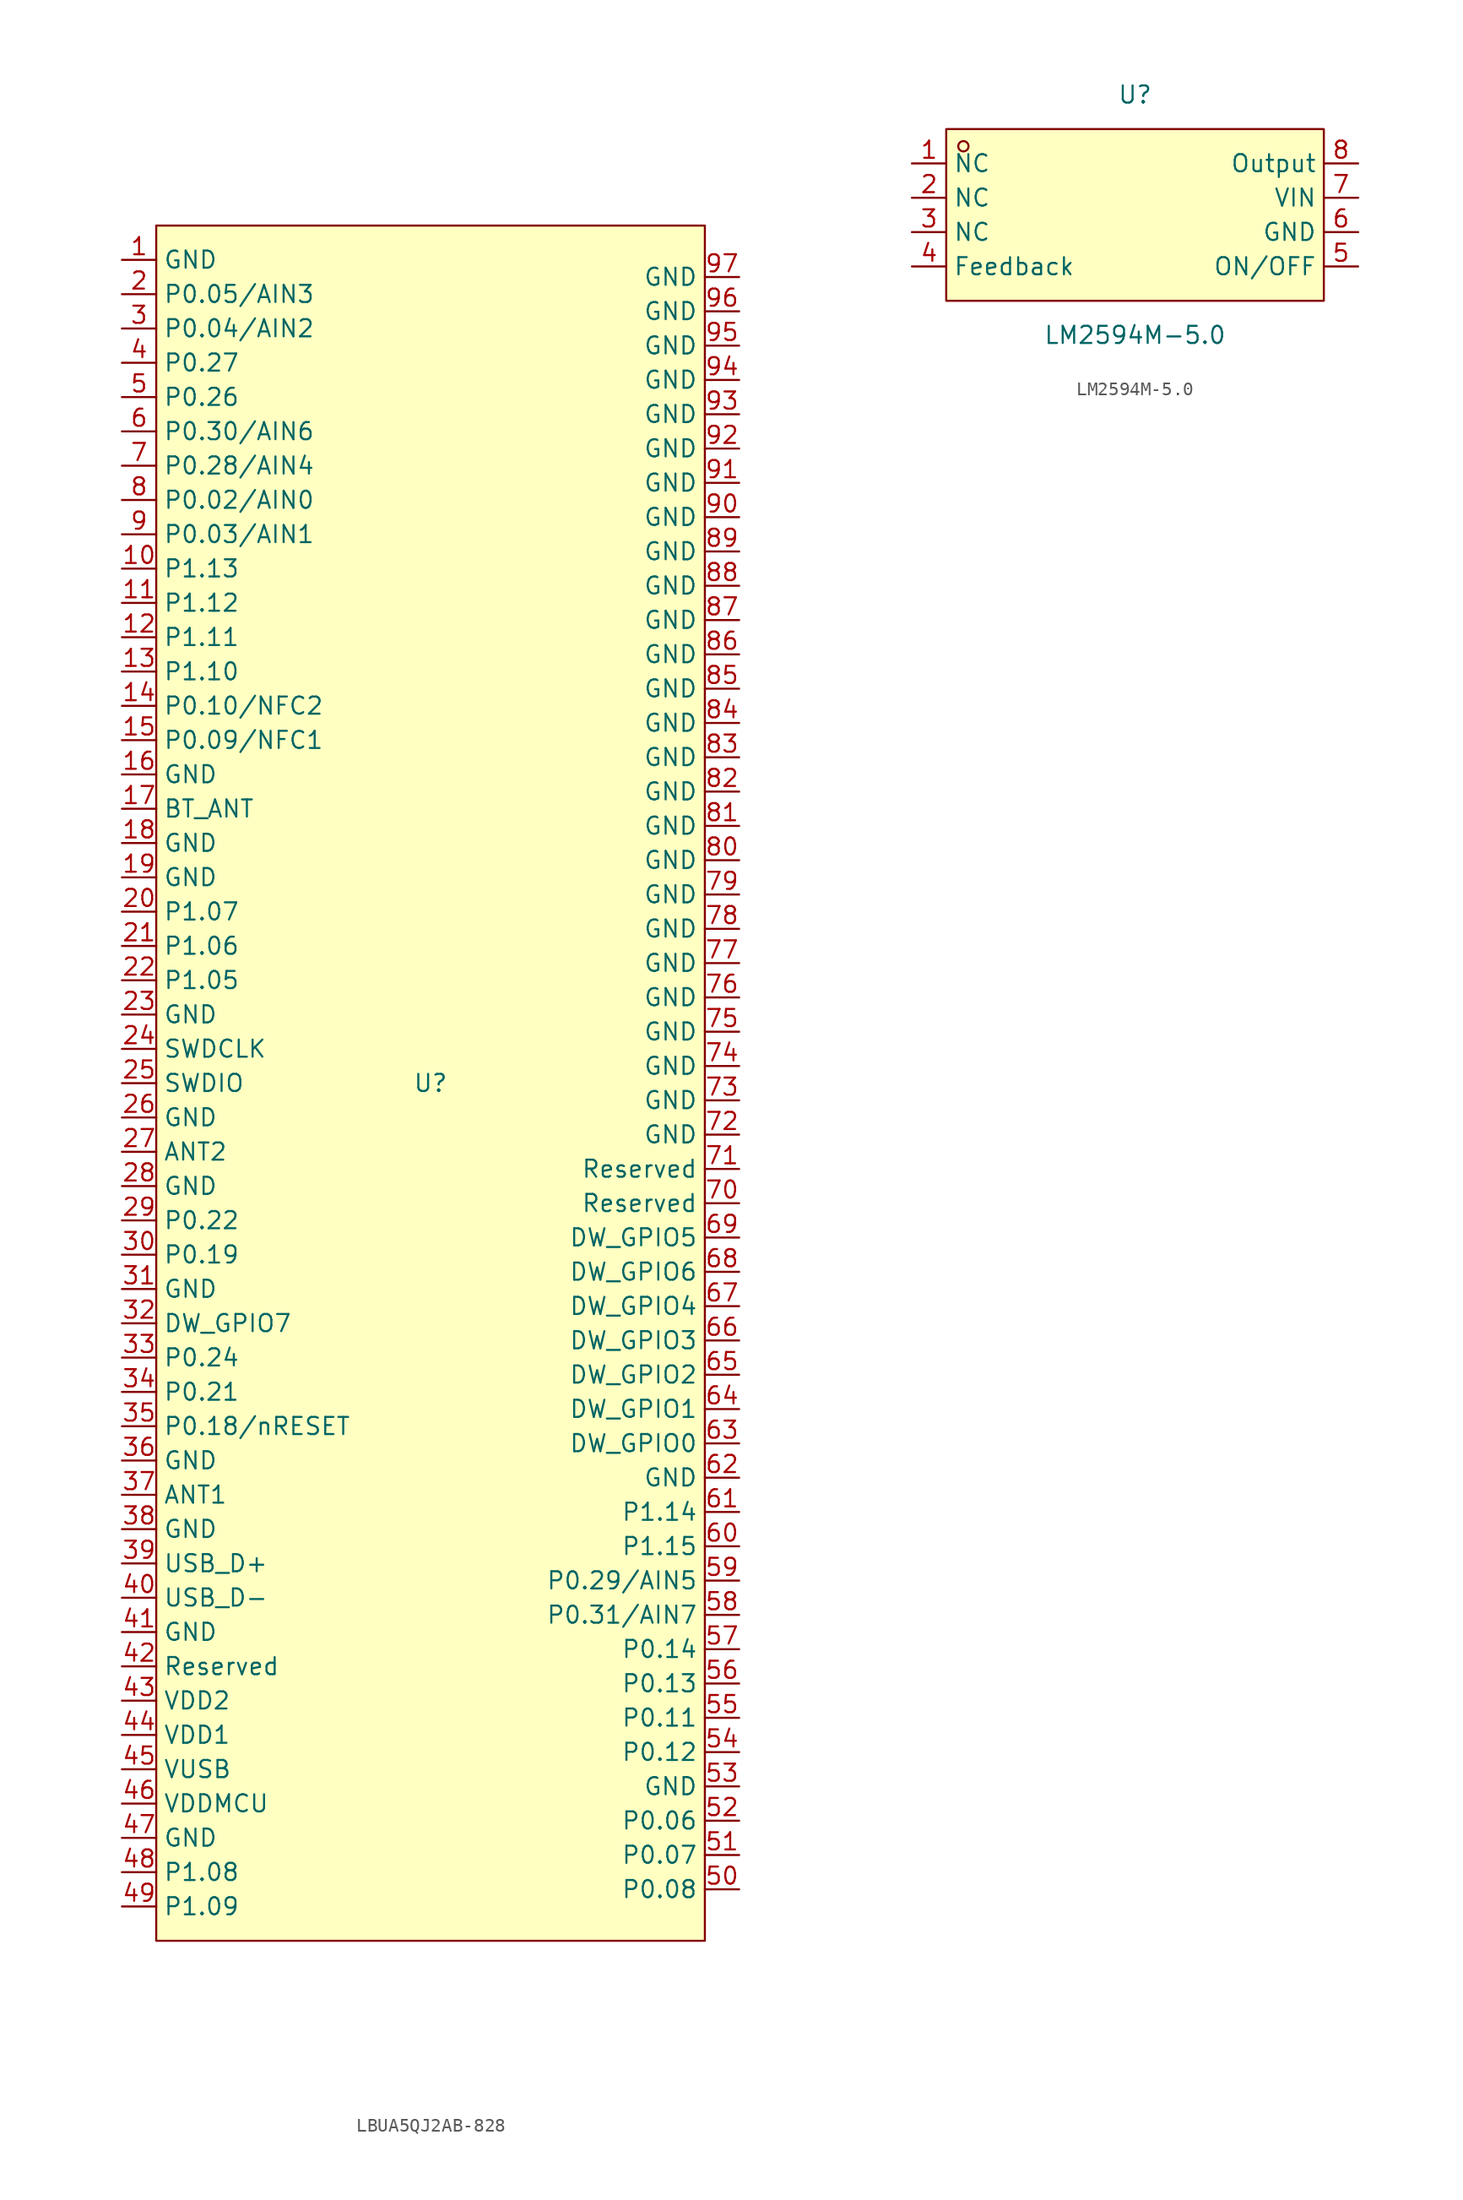
<source format=kicad_sym>
(kicad_symbol_lib
  (version 20241209)
  (generator "kicad_symbol_editor")
  (generator_version "9.0")
  (symbol "LBUA5QJ2AB-828"
    (property "Reference" "U"
      (at 0 0 0)
      (effects (font (size 1.27 1.27))))
    (property "Value" ""
      (at 0 0 0)
      (effects (font (size 1.27 1.27))))
    (symbol "LBUA5QJ2AB-828_0_1"
      (rectangle (start -20.32 63.5) (end 20.32 -63.5) (stroke (width 0) (type default)) (fill (type background))))
    (symbol "LBUA5QJ2AB-828_1_0"
      (pin unspecified line (at -22.86 60.96 0) (length 2.54) (name "GND" (effects (font (size 1.27 1.27)))) (number "1" (effects (font (size 1.27 1.27)))))
      (pin unspecified line (at -22.86 58.42 0) (length 2.54) (name "P0.05/AIN3" (effects (font (size 1.27 1.27)))) (number "2" (effects (font (size 1.27 1.27)))))
      (pin unspecified line (at -22.86 55.88 0) (length 2.54) (name "P0.04/AIN2" (effects (font (size 1.27 1.27)))) (number "3" (effects (font (size 1.27 1.27)))))
      (pin unspecified line (at -22.86 53.34 0) (length 2.54) (name "P0.27" (effects (font (size 1.27 1.27)))) (number "4" (effects (font (size 1.27 1.27)))))
      (pin unspecified line (at -22.86 50.8 0) (length 2.54) (name "P0.26" (effects (font (size 1.27 1.27)))) (number "5" (effects (font (size 1.27 1.27)))))
      (pin unspecified line (at -22.86 48.26 0) (length 2.54) (name "P0.30/AIN6" (effects (font (size 1.27 1.27)))) (number "6" (effects (font (size 1.27 1.27)))))
      (pin unspecified line (at -22.86 45.72 0) (length 2.54) (name "P0.28/AIN4" (effects (font (size 1.27 1.27)))) (number "7" (effects (font (size 1.27 1.27)))))
      (pin unspecified line (at -22.86 43.18 0) (length 2.54) (name "P0.02/AIN0" (effects (font (size 1.27 1.27)))) (number "8" (effects (font (size 1.27 1.27)))))
      (pin unspecified line (at -22.86 40.64 0) (length 2.54) (name "P0.03/AIN1" (effects (font (size 1.27 1.27)))) (number "9" (effects (font (size 1.27 1.27)))))
      (pin unspecified line (at -22.86 38.1 0) (length 2.54) (name "P1.13" (effects (font (size 1.27 1.27)))) (number "10" (effects (font (size 1.27 1.27)))))
      (pin unspecified line (at -22.86 35.56 0) (length 2.54) (name "P1.12" (effects (font (size 1.27 1.27)))) (number "11" (effects (font (size 1.27 1.27)))))
      (pin unspecified line (at -22.86 33.02 0) (length 2.54) (name "P1.11" (effects (font (size 1.27 1.27)))) (number "12" (effects (font (size 1.27 1.27)))))
      (pin unspecified line (at -22.86 30.48 0) (length 2.54) (name "P1.10" (effects (font (size 1.27 1.27)))) (number "13" (effects (font (size 1.27 1.27)))))
      (pin unspecified line (at -22.86 27.94 0) (length 2.54) (name "P0.10/NFC2" (effects (font (size 1.27 1.27)))) (number "14" (effects (font (size 1.27 1.27)))))
      (pin unspecified line (at -22.86 25.4 0) (length 2.54) (name "P0.09/NFC1" (effects (font (size 1.27 1.27)))) (number "15" (effects (font (size 1.27 1.27)))))
      (pin unspecified line (at -22.86 22.86 0) (length 2.54) (name "GND" (effects (font (size 1.27 1.27)))) (number "16" (effects (font (size 1.27 1.27)))))
      (pin unspecified line (at -22.86 20.32 0) (length 2.54) (name "BT_ANT" (effects (font (size 1.27 1.27)))) (number "17" (effects (font (size 1.27 1.27)))))
      (pin unspecified line (at -22.86 17.78 0) (length 2.54) (name "GND" (effects (font (size 1.27 1.27)))) (number "18" (effects (font (size 1.27 1.27)))))
      (pin unspecified line (at -22.86 15.24 0) (length 2.54) (name "GND" (effects (font (size 1.27 1.27)))) (number "19" (effects (font (size 1.27 1.27)))))
      (pin unspecified line (at -22.86 12.7 0) (length 2.54) (name "P1.07" (effects (font (size 1.27 1.27)))) (number "20" (effects (font (size 1.27 1.27)))))
      (pin unspecified line (at -22.86 10.16 0) (length 2.54) (name "P1.06" (effects (font (size 1.27 1.27)))) (number "21" (effects (font (size 1.27 1.27)))))
      (pin unspecified line (at -22.86 7.62 0) (length 2.54) (name "P1.05" (effects (font (size 1.27 1.27)))) (number "22" (effects (font (size 1.27 1.27)))))
      (pin unspecified line (at -22.86 5.08 0) (length 2.54) (name "GND" (effects (font (size 1.27 1.27)))) (number "23" (effects (font (size 1.27 1.27)))))
      (pin unspecified line (at -22.86 2.54 0) (length 2.54) (name "SWDCLK" (effects (font (size 1.27 1.27)))) (number "24" (effects (font (size 1.27 1.27)))))
      (pin unspecified line (at -22.86 0 0) (length 2.54) (name "SWDIO" (effects (font (size 1.27 1.27)))) (number "25" (effects (font (size 1.27 1.27)))))
      (pin unspecified line (at -22.86 -2.54 0) (length 2.54) (name "GND" (effects (font (size 1.27 1.27)))) (number "26" (effects (font (size 1.27 1.27)))))
      (pin unspecified line (at -22.86 -5.08 0) (length 2.54) (name "ANT2" (effects (font (size 1.27 1.27)))) (number "27" (effects (font (size 1.27 1.27)))))
      (pin unspecified line (at -22.86 -7.62 0) (length 2.54) (name "GND" (effects (font (size 1.27 1.27)))) (number "28" (effects (font (size 1.27 1.27)))))
      (pin unspecified line (at -22.86 -10.16 0) (length 2.54) (name "P0.22" (effects (font (size 1.27 1.27)))) (number "29" (effects (font (size 1.27 1.27)))))
      (pin unspecified line (at -22.86 -12.7 0) (length 2.54) (name "P0.19" (effects (font (size 1.27 1.27)))) (number "30" (effects (font (size 1.27 1.27)))))
      (pin unspecified line (at -22.86 -15.24 0) (length 2.54) (name "GND" (effects (font (size 1.27 1.27)))) (number "31" (effects (font (size 1.27 1.27)))))
      (pin unspecified line (at -22.86 -17.78 0) (length 2.54) (name "DW_GPIO7" (effects (font (size 1.27 1.27)))) (number "32" (effects (font (size 1.27 1.27)))))
      (pin unspecified line (at -22.86 -20.32 0) (length 2.54) (name "P0.24" (effects (font (size 1.27 1.27)))) (number "33" (effects (font (size 1.27 1.27)))))
      (pin unspecified line (at -22.86 -22.86 0) (length 2.54) (name "P0.21" (effects (font (size 1.27 1.27)))) (number "34" (effects (font (size 1.27 1.27)))))
      (pin unspecified line (at -22.86 -25.4 0) (length 2.54) (name "P0.18/nRESET" (effects (font (size 1.27 1.27)))) (number "35" (effects (font (size 1.27 1.27)))))
      (pin unspecified line (at -22.86 -27.94 0) (length 2.54) (name "GND" (effects (font (size 1.27 1.27)))) (number "36" (effects (font (size 1.27 1.27)))))
      (pin unspecified line (at -22.86 -30.48 0) (length 2.54) (name "ANT1" (effects (font (size 1.27 1.27)))) (number "37" (effects (font (size 1.27 1.27)))))
      (pin unspecified line (at -22.86 -33.02 0) (length 2.54) (name "GND" (effects (font (size 1.27 1.27)))) (number "38" (effects (font (size 1.27 1.27)))))
      (pin unspecified line (at -22.86 -35.56 0) (length 2.54) (name "USB_D+" (effects (font (size 1.27 1.27)))) (number "39" (effects (font (size 1.27 1.27)))))
      (pin unspecified line (at -22.86 -38.1 0) (length 2.54) (name "USB_D-" (effects (font (size 1.27 1.27)))) (number "40" (effects (font (size 1.27 1.27)))))
      (pin unspecified line (at -22.86 -40.64 0) (length 2.54) (name "GND" (effects (font (size 1.27 1.27)))) (number "41" (effects (font (size 1.27 1.27)))))
      (pin unspecified line (at -22.86 -43.18 0) (length 2.54) (name "Reserved" (effects (font (size 1.27 1.27)))) (number "42" (effects (font (size 1.27 1.27)))))
      (pin unspecified line (at -22.86 -45.72 0) (length 2.54) (name "VDD2" (effects (font (size 1.27 1.27)))) (number "43" (effects (font (size 1.27 1.27)))))
      (pin unspecified line (at -22.86 -48.26 0) (length 2.54) (name "VDD1" (effects (font (size 1.27 1.27)))) (number "44" (effects (font (size 1.27 1.27)))))
      (pin unspecified line (at -22.86 -50.8 0) (length 2.54) (name "VUSB" (effects (font (size 1.27 1.27)))) (number "45" (effects (font (size 1.27 1.27)))))
      (pin unspecified line (at -22.86 -53.34 0) (length 2.54) (name "VDDMCU" (effects (font (size 1.27 1.27)))) (number "46" (effects (font (size 1.27 1.27)))))
      (pin unspecified line (at -22.86 -55.88 0) (length 2.54) (name "GND" (effects (font (size 1.27 1.27)))) (number "47" (effects (font (size 1.27 1.27)))))
      (pin unspecified line (at -22.86 -58.42 0) (length 2.54) (name "P1.08" (effects (font (size 1.27 1.27)))) (number "48" (effects (font (size 1.27 1.27)))))
      (pin unspecified line (at -22.86 -60.96 0) (length 2.54) (name "P1.09" (effects (font (size 1.27 1.27)))) (number "49" (effects (font (size 1.27 1.27)))))
      (pin unspecified line (at 22.86 59.69 180) (length 2.54) (name "GND" (effects (font (size 1.27 1.27)))) (number "97" (effects (font (size 1.27 1.27)))))
      (pin unspecified line (at 22.86 57.15 180) (length 2.54) (name "GND" (effects (font (size 1.27 1.27)))) (number "96" (effects (font (size 1.27 1.27)))))
      (pin unspecified line (at 22.86 54.61 180) (length 2.54) (name "GND" (effects (font (size 1.27 1.27)))) (number "95" (effects (font (size 1.27 1.27)))))
      (pin unspecified line (at 22.86 52.07 180) (length 2.54) (name "GND" (effects (font (size 1.27 1.27)))) (number "94" (effects (font (size 1.27 1.27)))))
      (pin unspecified line (at 22.86 49.53 180) (length 2.54) (name "GND" (effects (font (size 1.27 1.27)))) (number "93" (effects (font (size 1.27 1.27)))))
      (pin unspecified line (at 22.86 46.99 180) (length 2.54) (name "GND" (effects (font (size 1.27 1.27)))) (number "92" (effects (font (size 1.27 1.27)))))
      (pin unspecified line (at 22.86 44.45 180) (length 2.54) (name "GND" (effects (font (size 1.27 1.27)))) (number "91" (effects (font (size 1.27 1.27)))))
      (pin unspecified line (at 22.86 41.91 180) (length 2.54) (name "GND" (effects (font (size 1.27 1.27)))) (number "90" (effects (font (size 1.27 1.27)))))
      (pin unspecified line (at 22.86 39.37 180) (length 2.54) (name "GND" (effects (font (size 1.27 1.27)))) (number "89" (effects (font (size 1.27 1.27)))))
      (pin unspecified line (at 22.86 36.83 180) (length 2.54) (name "GND" (effects (font (size 1.27 1.27)))) (number "88" (effects (font (size 1.27 1.27)))))
      (pin unspecified line (at 22.86 34.29 180) (length 2.54) (name "GND" (effects (font (size 1.27 1.27)))) (number "87" (effects (font (size 1.27 1.27)))))
      (pin unspecified line (at 22.86 31.75 180) (length 2.54) (name "GND" (effects (font (size 1.27 1.27)))) (number "86" (effects (font (size 1.27 1.27)))))
      (pin unspecified line (at 22.86 29.21 180) (length 2.54) (name "GND" (effects (font (size 1.27 1.27)))) (number "85" (effects (font (size 1.27 1.27)))))
      (pin unspecified line (at 22.86 26.67 180) (length 2.54) (name "GND" (effects (font (size 1.27 1.27)))) (number "84" (effects (font (size 1.27 1.27)))))
      (pin unspecified line (at 22.86 24.13 180) (length 2.54) (name "GND" (effects (font (size 1.27 1.27)))) (number "83" (effects (font (size 1.27 1.27)))))
      (pin unspecified line (at 22.86 21.59 180) (length 2.54) (name "GND" (effects (font (size 1.27 1.27)))) (number "82" (effects (font (size 1.27 1.27)))))
      (pin unspecified line (at 22.86 19.05 180) (length 2.54) (name "GND" (effects (font (size 1.27 1.27)))) (number "81" (effects (font (size 1.27 1.27)))))
      (pin unspecified line (at 22.86 16.51 180) (length 2.54) (name "GND" (effects (font (size 1.27 1.27)))) (number "80" (effects (font (size 1.27 1.27)))))
      (pin unspecified line (at 22.86 13.97 180) (length 2.54) (name "GND" (effects (font (size 1.27 1.27)))) (number "79" (effects (font (size 1.27 1.27)))))
      (pin unspecified line (at 22.86 11.43 180) (length 2.54) (name "GND" (effects (font (size 1.27 1.27)))) (number "78" (effects (font (size 1.27 1.27)))))
      (pin unspecified line (at 22.86 8.89 180) (length 2.54) (name "GND" (effects (font (size 1.27 1.27)))) (number "77" (effects (font (size 1.27 1.27)))))
      (pin unspecified line (at 22.86 6.35 180) (length 2.54) (name "GND" (effects (font (size 1.27 1.27)))) (number "76" (effects (font (size 1.27 1.27)))))
      (pin unspecified line (at 22.86 3.81 180) (length 2.54) (name "GND" (effects (font (size 1.27 1.27)))) (number "75" (effects (font (size 1.27 1.27)))))
      (pin unspecified line (at 22.86 1.27 180) (length 2.54) (name "GND" (effects (font (size 1.27 1.27)))) (number "74" (effects (font (size 1.27 1.27)))))
      (pin unspecified line (at 22.86 -1.27 180) (length 2.54) (name "GND" (effects (font (size 1.27 1.27)))) (number "73" (effects (font (size 1.27 1.27)))))
      (pin unspecified line (at 22.86 -3.81 180) (length 2.54) (name "GND" (effects (font (size 1.27 1.27)))) (number "72" (effects (font (size 1.27 1.27)))))
      (pin unspecified line (at 22.86 -6.35 180) (length 2.54) (name "Reserved" (effects (font (size 1.27 1.27)))) (number "71" (effects (font (size 1.27 1.27)))))
      (pin unspecified line (at 22.86 -8.89 180) (length 2.54) (name "Reserved" (effects (font (size 1.27 1.27)))) (number "70" (effects (font (size 1.27 1.27)))))
      (pin unspecified line (at 22.86 -11.43 180) (length 2.54) (name "DW_GPIO5" (effects (font (size 1.27 1.27)))) (number "69" (effects (font (size 1.27 1.27)))))
      (pin unspecified line (at 22.86 -13.97 180) (length 2.54) (name "DW_GPIO6" (effects (font (size 1.27 1.27)))) (number "68" (effects (font (size 1.27 1.27)))))
      (pin unspecified line (at 22.86 -16.51 180) (length 2.54) (name "DW_GPIO4" (effects (font (size 1.27 1.27)))) (number "67" (effects (font (size 1.27 1.27)))))
      (pin unspecified line (at 22.86 -19.05 180) (length 2.54) (name "DW_GPIO3" (effects (font (size 1.27 1.27)))) (number "66" (effects (font (size 1.27 1.27)))))
      (pin unspecified line (at 22.86 -21.59 180) (length 2.54) (name "DW_GPIO2" (effects (font (size 1.27 1.27)))) (number "65" (effects (font (size 1.27 1.27)))))
      (pin unspecified line (at 22.86 -24.13 180) (length 2.54) (name "DW_GPIO1" (effects (font (size 1.27 1.27)))) (number "64" (effects (font (size 1.27 1.27)))))
      (pin unspecified line (at 22.86 -26.67 180) (length 2.54) (name "DW_GPIO0" (effects (font (size 1.27 1.27)))) (number "63" (effects (font (size 1.27 1.27)))))
      (pin unspecified line (at 22.86 -29.21 180) (length 2.54) (name "GND" (effects (font (size 1.27 1.27)))) (number "62" (effects (font (size 1.27 1.27)))))
      (pin unspecified line (at 22.86 -31.75 180) (length 2.54) (name "P1.14" (effects (font (size 1.27 1.27)))) (number "61" (effects (font (size 1.27 1.27)))))
      (pin unspecified line (at 22.86 -34.29 180) (length 2.54) (name "P1.15" (effects (font (size 1.27 1.27)))) (number "60" (effects (font (size 1.27 1.27)))))
      (pin unspecified line (at 22.86 -36.83 180) (length 2.54) (name "P0.29/AIN5" (effects (font (size 1.27 1.27)))) (number "59" (effects (font (size 1.27 1.27)))))
      (pin unspecified line (at 22.86 -39.37 180) (length 2.54) (name "P0.31/AIN7" (effects (font (size 1.27 1.27)))) (number "58" (effects (font (size 1.27 1.27)))))
      (pin unspecified line (at 22.86 -41.91 180) (length 2.54) (name "P0.14" (effects (font (size 1.27 1.27)))) (number "57" (effects (font (size 1.27 1.27)))))
      (pin unspecified line (at 22.86 -44.45 180) (length 2.54) (name "P0.13" (effects (font (size 1.27 1.27)))) (number "56" (effects (font (size 1.27 1.27)))))
      (pin unspecified line (at 22.86 -46.99 180) (length 2.54) (name "P0.11" (effects (font (size 1.27 1.27)))) (number "55" (effects (font (size 1.27 1.27)))))
      (pin unspecified line (at 22.86 -49.53 180) (length 2.54) (name "P0.12" (effects (font (size 1.27 1.27)))) (number "54" (effects (font (size 1.27 1.27)))))
      (pin unspecified line (at 22.86 -52.07 180) (length 2.54) (name "GND" (effects (font (size 1.27 1.27)))) (number "53" (effects (font (size 1.27 1.27)))))
      (pin unspecified line (at 22.86 -54.61 180) (length 2.54) (name "P0.06" (effects (font (size 1.27 1.27)))) (number "52" (effects (font (size 1.27 1.27)))))
      (pin unspecified line (at 22.86 -57.15 180) (length 2.54) (name "P0.07" (effects (font (size 1.27 1.27)))) (number "51" (effects (font (size 1.27 1.27)))))
      (pin unspecified line (at 22.86 -59.69 180) (length 2.54) (name "P0.08" (effects (font (size 1.27 1.27)))) (number "50" (effects (font (size 1.27 1.27)))))))
  (symbol "LM2594M-5.0"
    (property "Reference" "U"
      (at 0 8.89 0)
      (effects (font (size 1.27 1.27))))
    (property "Value" "LM2594M-5.0"
      (at 0 -8.89 0)
      (effects (font (size 1.27 1.27))))
    (symbol "LM2594M-5.0_0_1"
      (rectangle (start -13.97 6.35) (end 13.97 -6.35) (stroke (width 0) (type default)) (fill (type background)))
      (circle (center -12.7 5.08) (radius 0.38) (stroke (width 0) (type default)) (fill (type none)))
      (pin unspecified line (at -16.51 3.81 0) (length 2.54) (name "NC" (effects (font (size 1.27 1.27)))) (number "1" (effects (font (size 1.27 1.27)))))
      (pin unspecified line (at -16.51 1.27 0) (length 2.54) (name "NC" (effects (font (size 1.27 1.27)))) (number "2" (effects (font (size 1.27 1.27)))))
      (pin unspecified line (at -16.51 -1.27 0) (length 2.54) (name "NC" (effects (font (size 1.27 1.27)))) (number "3" (effects (font (size 1.27 1.27)))))
      (pin unspecified line (at -16.51 -3.81 0) (length 2.54) (name "Feedback" (effects (font (size 1.27 1.27)))) (number "4" (effects (font (size 1.27 1.27)))))
      (pin unspecified line (at 16.51 3.81 180) (length 2.54) (name "Output" (effects (font (size 1.27 1.27)))) (number "8" (effects (font (size 1.27 1.27)))))
      (pin unspecified line (at 16.51 1.27 180) (length 2.54) (name "VIN" (effects (font (size 1.27 1.27)))) (number "7" (effects (font (size 1.27 1.27)))))
      (pin unspecified line (at 16.51 -1.27 180) (length 2.54) (name "GND" (effects (font (size 1.27 1.27)))) (number "6" (effects (font (size 1.27 1.27)))))
      (pin unspecified line (at 16.51 -3.81 180) (length 2.54) (name "ON/OFF" (effects (font (size 1.27 1.27)))) (number "5" (effects (font (size 1.27 1.27))))))))
</source>
